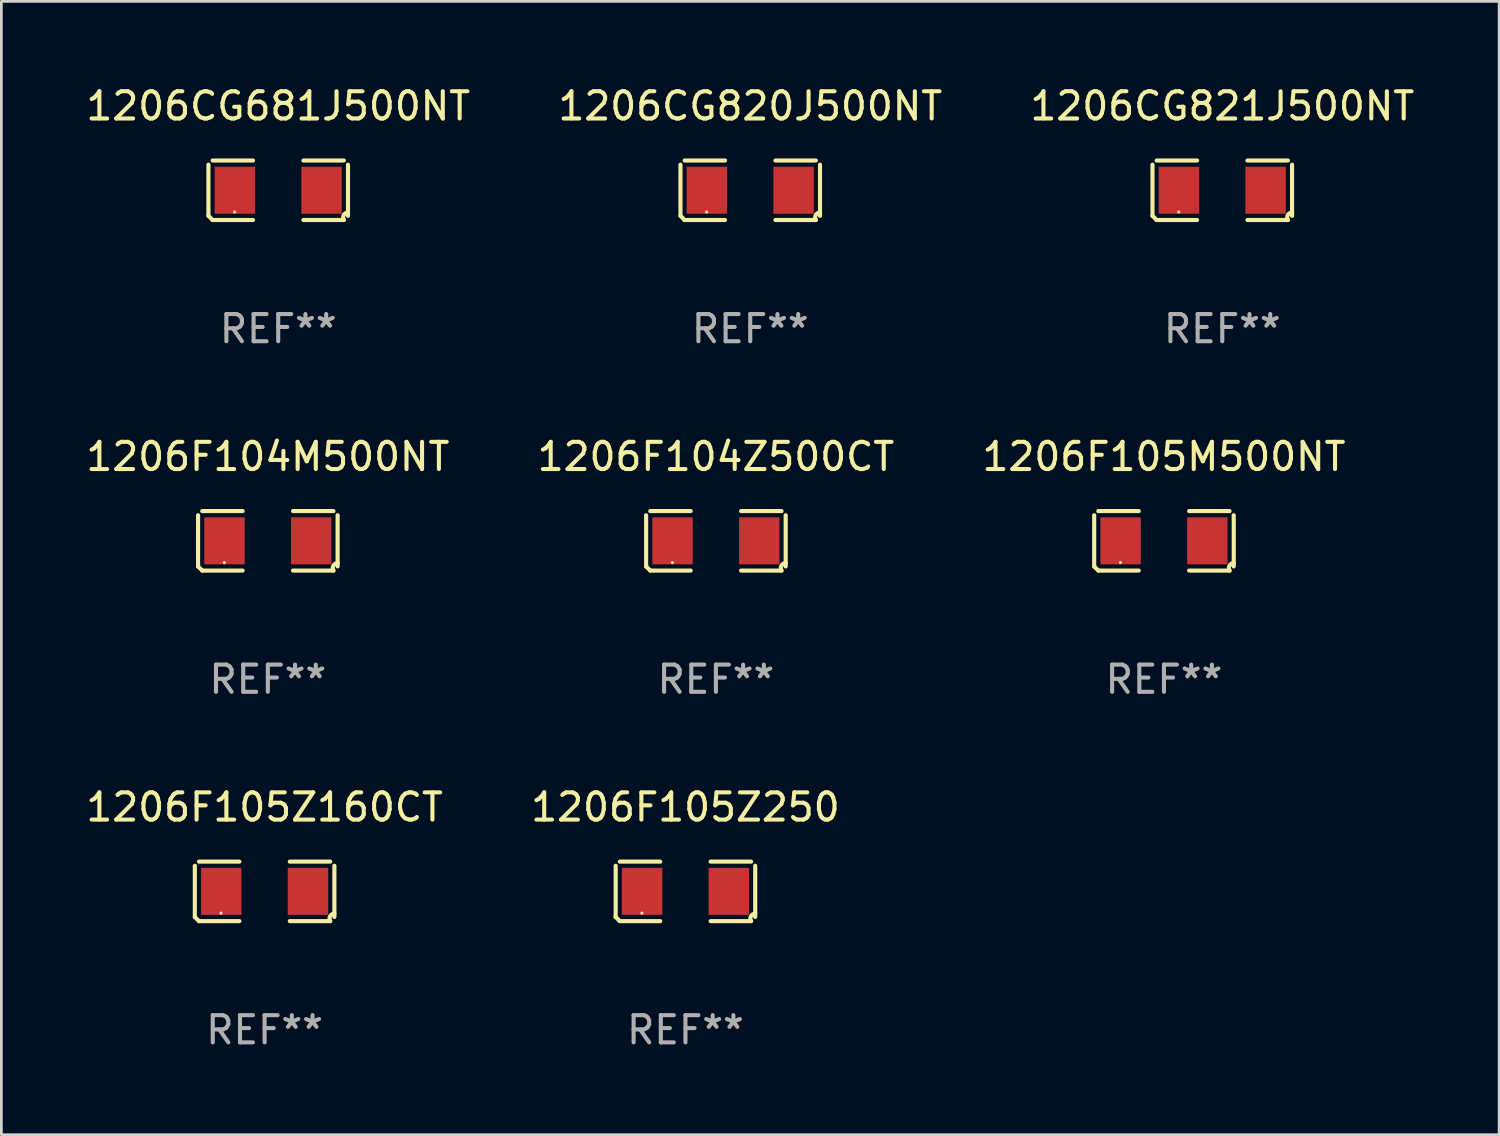
<source format=kicad_pcb>
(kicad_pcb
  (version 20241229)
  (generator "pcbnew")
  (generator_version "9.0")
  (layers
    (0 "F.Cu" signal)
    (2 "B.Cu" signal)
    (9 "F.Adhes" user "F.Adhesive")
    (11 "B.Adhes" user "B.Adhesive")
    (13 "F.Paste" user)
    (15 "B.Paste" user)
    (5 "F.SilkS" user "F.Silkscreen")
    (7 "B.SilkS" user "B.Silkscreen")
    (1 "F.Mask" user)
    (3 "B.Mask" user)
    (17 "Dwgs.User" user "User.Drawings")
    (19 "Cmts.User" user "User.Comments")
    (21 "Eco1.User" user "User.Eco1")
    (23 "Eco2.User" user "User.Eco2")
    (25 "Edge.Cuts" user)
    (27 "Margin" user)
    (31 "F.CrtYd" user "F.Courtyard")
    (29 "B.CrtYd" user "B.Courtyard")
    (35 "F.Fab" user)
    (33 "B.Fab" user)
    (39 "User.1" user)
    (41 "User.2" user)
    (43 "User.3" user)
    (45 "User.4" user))
  (footprint "1206CG681J500NT"
    (layer "F.Cu")
    (at 7.173 3.941)
    (property "Reference" "1206CG681J500NT" (at 0 -3.093 0) (layer "F.SilkS") (effects (font (size 1 1) (thickness 0.15))))
    (attr through_hole)
    (fp_line (start -2.564 0.94) (end -2.564 -0.94) (stroke (width 0.152) (type solid)) (layer "F.SilkS"))
    (fp_line (start -2.411 -1.093) (end -0.926 -1.093) (stroke (width 0.152) (type solid)) (layer "F.SilkS"))
    (fp_line (start -0.926 1.093) (end -2.411 1.093) (stroke (width 0.152) (type solid)) (layer "F.SilkS"))
    (fp_line (start 0.926 1.093) (end 2.411 1.093) (stroke (width 0.152) (type solid)) (layer "F.SilkS"))
    (fp_line (start 2.411 -1.093) (end 0.926 -1.093) (stroke (width 0.152) (type solid)) (layer "F.SilkS"))
    (fp_line (start 2.564 0.94) (end 2.564 -0.94) (stroke (width 0.152) (type solid)) (layer "F.SilkS"))
    (fp_arc (start -2.411201 1.092609) (mid -2.487413 1.01642) (end -2.563602 0.940208) (stroke (width 0.1524) (type solid)) (layer "F.SilkS"))
    (fp_arc (start 2.411201 1.092609) (mid 2.407159 0.911226) (end 2.563602 0.819347) (stroke (width 0.1524) (type solid)) (layer "F.SilkS"))
    (fp_circle (center -1.6 0.8) (end -1.57 0.8) (stroke (width 0.06) (type solid)) (fill no) (layer "F.SilkS"))
    (fp_text user "REF**" (at 0 5.093 0) (layer "F.Fab") (effects (font (size 1 1) (thickness 0.15))))
    (pad "1" smd rect (at -1.593 0) (size 1.485 1.728) (layers "F.Cu" "F.Mask" "F.Paste"))
    (pad "2" smd rect (at 1.593 0) (size 1.485 1.728) (layers "F.Cu" "F.Mask" "F.Paste")))
  (footprint "1206F104Z500CT"
    (layer "F.Cu")
    (at 23.256 16.823)
    (property "Reference" "1206F104Z500CT" (at 0 -3.093 0) (layer "F.SilkS") (effects (font (size 1 1) (thickness 0.15))))
    (attr through_hole)
    (fp_line (start -2.564 0.94) (end -2.564 -0.94) (stroke (width 0.152) (type solid)) (layer "F.SilkS"))
    (fp_line (start -2.411 -1.093) (end -0.926 -1.093) (stroke (width 0.152) (type solid)) (layer "F.SilkS"))
    (fp_line (start -0.926 1.093) (end -2.411 1.093) (stroke (width 0.152) (type solid)) (layer "F.SilkS"))
    (fp_line (start 0.926 1.093) (end 2.411 1.093) (stroke (width 0.152) (type solid)) (layer "F.SilkS"))
    (fp_line (start 2.411 -1.093) (end 0.926 -1.093) (stroke (width 0.152) (type solid)) (layer "F.SilkS"))
    (fp_line (start 2.564 0.94) (end 2.564 -0.94) (stroke (width 0.152) (type solid)) (layer "F.SilkS"))
    (fp_arc (start -2.411201 1.092609) (mid -2.487413 1.01642) (end -2.563602 0.940208) (stroke (width 0.1524) (type solid)) (layer "F.SilkS"))
    (fp_arc (start 2.411201 1.092609) (mid 2.407159 0.911226) (end 2.563602 0.819347) (stroke (width 0.1524) (type solid)) (layer "F.SilkS"))
    (fp_circle (center -1.6 0.8) (end -1.57 0.8) (stroke (width 0.06) (type solid)) (fill no) (layer "F.SilkS"))
    (fp_text user "REF**" (at 0 5.093 0) (layer "F.Fab") (effects (font (size 1 1) (thickness 0.15))))
    (pad "1" smd rect (at -1.593 0) (size 1.485 1.728) (layers "F.Cu" "F.Mask" "F.Paste"))
    (pad "2" smd rect (at 1.593 0) (size 1.485 1.728) (layers "F.Cu" "F.Mask" "F.Paste")))
  (footprint "1206CG821J500NT"
    (layer "F.Cu")
    (at 41.863 3.941)
    (property "Reference" "1206CG821J500NT" (at 0 -3.093 0) (layer "F.SilkS") (effects (font (size 1 1) (thickness 0.15))))
    (attr through_hole)
    (fp_line (start -2.564 0.94) (end -2.564 -0.94) (stroke (width 0.152) (type solid)) (layer "F.SilkS"))
    (fp_line (start -2.411 -1.093) (end -0.926 -1.093) (stroke (width 0.152) (type solid)) (layer "F.SilkS"))
    (fp_line (start -0.926 1.093) (end -2.411 1.093) (stroke (width 0.152) (type solid)) (layer "F.SilkS"))
    (fp_line (start 0.926 1.093) (end 2.411 1.093) (stroke (width 0.152) (type solid)) (layer "F.SilkS"))
    (fp_line (start 2.411 -1.093) (end 0.926 -1.093) (stroke (width 0.152) (type solid)) (layer "F.SilkS"))
    (fp_line (start 2.564 0.94) (end 2.564 -0.94) (stroke (width 0.152) (type solid)) (layer "F.SilkS"))
    (fp_arc (start -2.411201 1.092609) (mid -2.487413 1.01642) (end -2.563602 0.940208) (stroke (width 0.1524) (type solid)) (layer "F.SilkS"))
    (fp_arc (start 2.411201 1.092609) (mid 2.407159 0.911226) (end 2.563602 0.819347) (stroke (width 0.1524) (type solid)) (layer "F.SilkS"))
    (fp_circle (center -1.6 0.8) (end -1.57 0.8) (stroke (width 0.06) (type solid)) (fill no) (layer "F.SilkS"))
    (fp_text user "REF**" (at 0 5.093 0) (layer "F.Fab") (effects (font (size 1 1) (thickness 0.15))))
    (pad "1" smd rect (at -1.593 0) (size 1.485 1.728) (layers "F.Cu" "F.Mask" "F.Paste"))
    (pad "2" smd rect (at 1.593 0) (size 1.485 1.728) (layers "F.Cu" "F.Mask" "F.Paste")))
  (footprint "1206CG820J500NT"
    (layer "F.Cu")
    (at 24.518 3.941)
    (property "Reference" "1206CG820J500NT" (at 0 -3.093 0) (layer "F.SilkS") (effects (font (size 1 1) (thickness 0.15))))
    (attr through_hole)
    (fp_line (start -2.564 0.94) (end -2.564 -0.94) (stroke (width 0.152) (type solid)) (layer "F.SilkS"))
    (fp_line (start -2.411 -1.093) (end -0.926 -1.093) (stroke (width 0.152) (type solid)) (layer "F.SilkS"))
    (fp_line (start -0.926 1.093) (end -2.411 1.093) (stroke (width 0.152) (type solid)) (layer "F.SilkS"))
    (fp_line (start 0.926 1.093) (end 2.411 1.093) (stroke (width 0.152) (type solid)) (layer "F.SilkS"))
    (fp_line (start 2.411 -1.093) (end 0.926 -1.093) (stroke (width 0.152) (type solid)) (layer "F.SilkS"))
    (fp_line (start 2.564 0.94) (end 2.564 -0.94) (stroke (width 0.152) (type solid)) (layer "F.SilkS"))
    (fp_arc (start -2.411201 1.092609) (mid -2.487413 1.01642) (end -2.563602 0.940208) (stroke (width 0.1524) (type solid)) (layer "F.SilkS"))
    (fp_arc (start 2.411201 1.092609) (mid 2.407159 0.911226) (end 2.563602 0.819347) (stroke (width 0.1524) (type solid)) (layer "F.SilkS"))
    (fp_circle (center -1.6 0.8) (end -1.57 0.8) (stroke (width 0.06) (type solid)) (fill no) (layer "F.SilkS"))
    (fp_text user "REF**" (at 0 5.093 0) (layer "F.Fab") (effects (font (size 1 1) (thickness 0.15))))
    (pad "1" smd rect (at -1.593 0) (size 1.485 1.728) (layers "F.Cu" "F.Mask" "F.Paste"))
    (pad "2" smd rect (at 1.593 0) (size 1.485 1.728) (layers "F.Cu" "F.Mask" "F.Paste")))
  (footprint "1206F105M500NT"
    (layer "F.Cu")
    (at 39.72 16.823)
    (property "Reference" "1206F105M500NT" (at 0 -3.093 0) (layer "F.SilkS") (effects (font (size 1 1) (thickness 0.15))))
    (attr through_hole)
    (fp_line (start -2.564 0.94) (end -2.564 -0.94) (stroke (width 0.152) (type solid)) (layer "F.SilkS"))
    (fp_line (start -2.411 -1.093) (end -0.926 -1.093) (stroke (width 0.152) (type solid)) (layer "F.SilkS"))
    (fp_line (start -0.926 1.093) (end -2.411 1.093) (stroke (width 0.152) (type solid)) (layer "F.SilkS"))
    (fp_line (start 0.926 1.093) (end 2.411 1.093) (stroke (width 0.152) (type solid)) (layer "F.SilkS"))
    (fp_line (start 2.411 -1.093) (end 0.926 -1.093) (stroke (width 0.152) (type solid)) (layer "F.SilkS"))
    (fp_line (start 2.564 0.94) (end 2.564 -0.94) (stroke (width 0.152) (type solid)) (layer "F.SilkS"))
    (fp_arc (start -2.411201 1.092609) (mid -2.487413 1.01642) (end -2.563602 0.940208) (stroke (width 0.1524) (type solid)) (layer "F.SilkS"))
    (fp_arc (start 2.411201 1.092609) (mid 2.407159 0.911226) (end 2.563602 0.819347) (stroke (width 0.1524) (type solid)) (layer "F.SilkS"))
    (fp_circle (center -1.6 0.8) (end -1.57 0.8) (stroke (width 0.06) (type solid)) (fill no) (layer "F.SilkS"))
    (fp_text user "REF**" (at 0 5.093 0) (layer "F.Fab") (effects (font (size 1 1) (thickness 0.15))))
    (pad "1" smd rect (at -1.593 0) (size 1.485 1.728) (layers "F.Cu" "F.Mask" "F.Paste"))
    (pad "2" smd rect (at 1.593 0) (size 1.485 1.728) (layers "F.Cu" "F.Mask" "F.Paste")))
  (footprint "1206F105Z250"
    (layer "F.Cu")
    (at 22.137 29.704)
    (property "Reference" "1206F105Z250" (at 0 -3.093 0) (layer "F.SilkS") (effects (font (size 1 1) (thickness 0.15))))
    (attr through_hole)
    (fp_line (start -2.564 0.94) (end -2.564 -0.94) (stroke (width 0.152) (type solid)) (layer "F.SilkS"))
    (fp_line (start -2.411 -1.093) (end -0.926 -1.093) (stroke (width 0.152) (type solid)) (layer "F.SilkS"))
    (fp_line (start -0.926 1.093) (end -2.411 1.093) (stroke (width 0.152) (type solid)) (layer "F.SilkS"))
    (fp_line (start 0.926 1.093) (end 2.411 1.093) (stroke (width 0.152) (type solid)) (layer "F.SilkS"))
    (fp_line (start 2.411 -1.093) (end 0.926 -1.093) (stroke (width 0.152) (type solid)) (layer "F.SilkS"))
    (fp_line (start 2.564 0.94) (end 2.564 -0.94) (stroke (width 0.152) (type solid)) (layer "F.SilkS"))
    (fp_arc (start -2.411201 1.092609) (mid -2.487413 1.01642) (end -2.563602 0.940208) (stroke (width 0.1524) (type solid)) (layer "F.SilkS"))
    (fp_arc (start 2.411201 1.092609) (mid 2.407159 0.911226) (end 2.563602 0.819347) (stroke (width 0.1524) (type solid)) (layer "F.SilkS"))
    (fp_circle (center -1.6 0.8) (end -1.57 0.8) (stroke (width 0.06) (type solid)) (fill no) (layer "F.SilkS"))
    (fp_text user "REF**" (at 0 5.093 0) (layer "F.Fab") (effects (font (size 1 1) (thickness 0.15))))
    (pad "1" smd rect (at -1.593 0) (size 1.485 1.728) (layers "F.Cu" "F.Mask" "F.Paste"))
    (pad "2" smd rect (at 1.593 0) (size 1.485 1.728) (layers "F.Cu" "F.Mask" "F.Paste")))
  (footprint "1206F104M500NT"
    (layer "F.Cu")
    (at 6.792 16.823)
    (property "Reference" "1206F104M500NT" (at 0 -3.093 0) (layer "F.SilkS") (effects (font (size 1 1) (thickness 0.15))))
    (attr through_hole)
    (fp_line (start -2.564 0.94) (end -2.564 -0.94) (stroke (width 0.152) (type solid)) (layer "F.SilkS"))
    (fp_line (start -2.411 -1.093) (end -0.926 -1.093) (stroke (width 0.152) (type solid)) (layer "F.SilkS"))
    (fp_line (start -0.926 1.093) (end -2.411 1.093) (stroke (width 0.152) (type solid)) (layer "F.SilkS"))
    (fp_line (start 0.926 1.093) (end 2.411 1.093) (stroke (width 0.152) (type solid)) (layer "F.SilkS"))
    (fp_line (start 2.411 -1.093) (end 0.926 -1.093) (stroke (width 0.152) (type solid)) (layer "F.SilkS"))
    (fp_line (start 2.564 0.94) (end 2.564 -0.94) (stroke (width 0.152) (type solid)) (layer "F.SilkS"))
    (fp_arc (start -2.411201 1.092609) (mid -2.487413 1.01642) (end -2.563602 0.940208) (stroke (width 0.1524) (type solid)) (layer "F.SilkS"))
    (fp_arc (start 2.411201 1.092609) (mid 2.407159 0.911226) (end 2.563602 0.819347) (stroke (width 0.1524) (type solid)) (layer "F.SilkS"))
    (fp_circle (center -1.6 0.8) (end -1.57 0.8) (stroke (width 0.06) (type solid)) (fill no) (layer "F.SilkS"))
    (fp_text user "REF**" (at 0 5.093 0) (layer "F.Fab") (effects (font (size 1 1) (thickness 0.15))))
    (pad "1" smd rect (at -1.593 0) (size 1.485 1.728) (layers "F.Cu" "F.Mask" "F.Paste"))
    (pad "2" smd rect (at 1.593 0) (size 1.485 1.728) (layers "F.Cu" "F.Mask" "F.Paste")))
  (footprint "1206F105Z160CT"
    (layer "F.Cu")
    (at 6.673 29.704)
    (property "Reference" "1206F105Z160CT" (at 0 -3.093 0) (layer "F.SilkS") (effects (font (size 1 1) (thickness 0.15))))
    (attr through_hole)
    (fp_line (start -2.564 0.94) (end -2.564 -0.94) (stroke (width 0.152) (type solid)) (layer "F.SilkS"))
    (fp_line (start -2.411 -1.093) (end -0.926 -1.093) (stroke (width 0.152) (type solid)) (layer "F.SilkS"))
    (fp_line (start -0.926 1.093) (end -2.411 1.093) (stroke (width 0.152) (type solid)) (layer "F.SilkS"))
    (fp_line (start 0.926 1.093) (end 2.411 1.093) (stroke (width 0.152) (type solid)) (layer "F.SilkS"))
    (fp_line (start 2.411 -1.093) (end 0.926 -1.093) (stroke (width 0.152) (type solid)) (layer "F.SilkS"))
    (fp_line (start 2.564 0.94) (end 2.564 -0.94) (stroke (width 0.152) (type solid)) (layer "F.SilkS"))
    (fp_arc (start -2.411201 1.092609) (mid -2.487413 1.01642) (end -2.563602 0.940208) (stroke (width 0.1524) (type solid)) (layer "F.SilkS"))
    (fp_arc (start 2.411201 1.092609) (mid 2.407159 0.911226) (end 2.563602 0.819347) (stroke (width 0.1524) (type solid)) (layer "F.SilkS"))
    (fp_circle (center -1.6 0.8) (end -1.57 0.8) (stroke (width 0.06) (type solid)) (fill no) (layer "F.SilkS"))
    (fp_text user "REF**" (at 0 5.093 0) (layer "F.Fab") (effects (font (size 1 1) (thickness 0.15))))
    (pad "1" smd rect (at -1.593 0) (size 1.485 1.728) (layers "F.Cu" "F.Mask" "F.Paste"))
    (pad "2" smd rect (at 1.593 0) (size 1.485 1.728) (layers "F.Cu" "F.Mask" "F.Paste")))
  (gr_rect
    (start -3 -3)
    (end 52.036 38.645)
    (stroke (width 0.1) (type default))
    (fill no)
    (layer "Edge.Cuts")))
</source>
